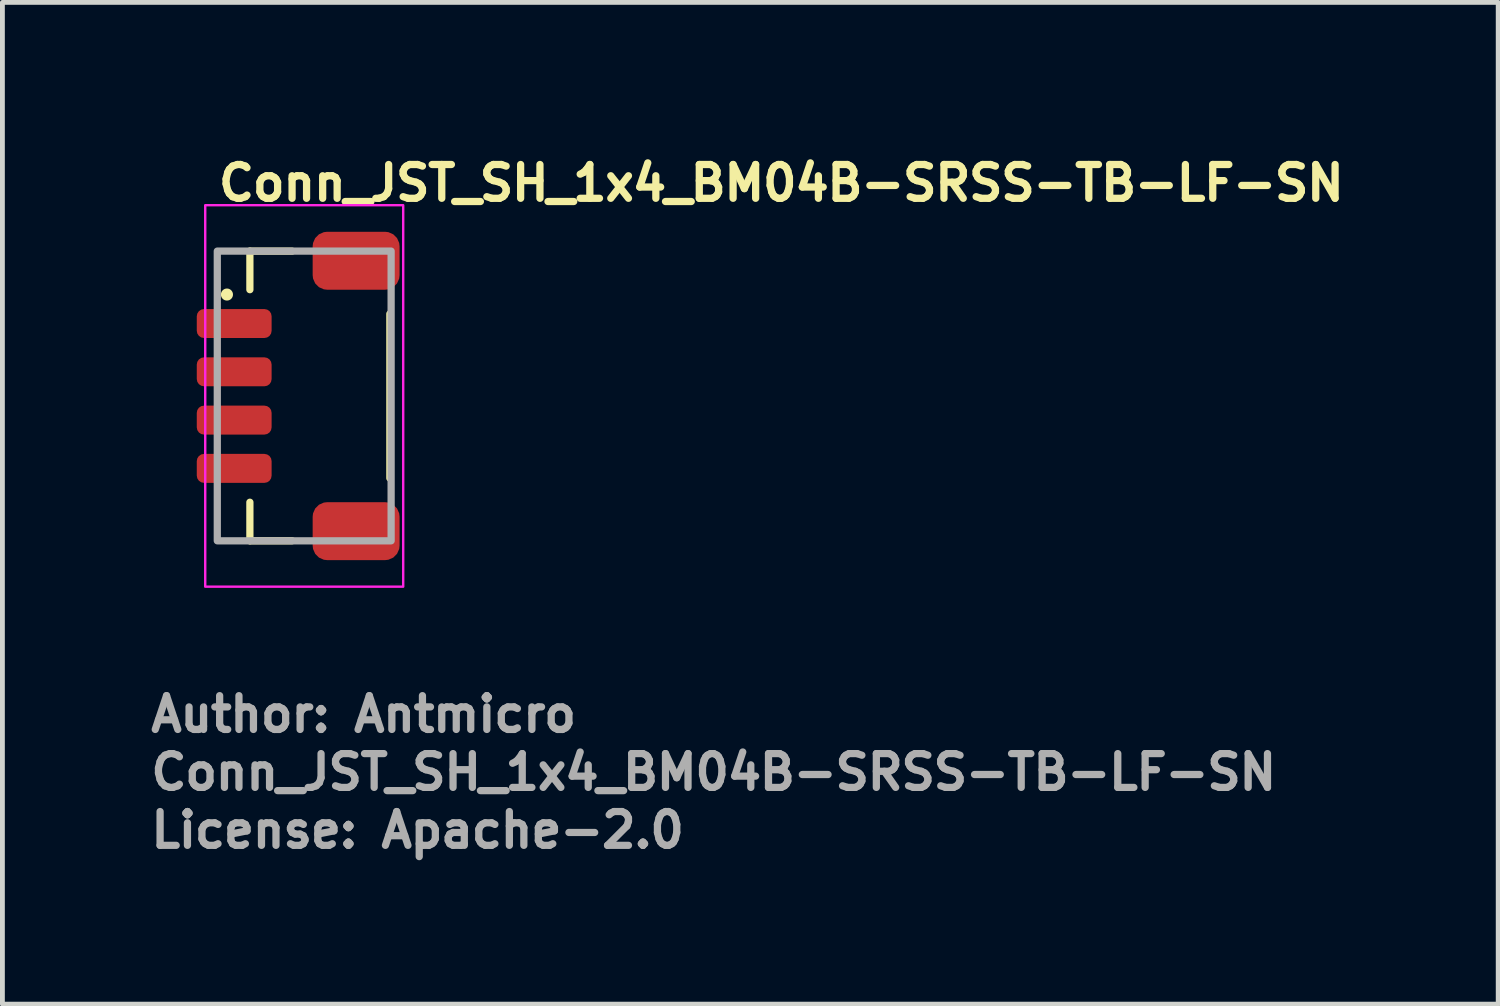
<source format=kicad_pcb>
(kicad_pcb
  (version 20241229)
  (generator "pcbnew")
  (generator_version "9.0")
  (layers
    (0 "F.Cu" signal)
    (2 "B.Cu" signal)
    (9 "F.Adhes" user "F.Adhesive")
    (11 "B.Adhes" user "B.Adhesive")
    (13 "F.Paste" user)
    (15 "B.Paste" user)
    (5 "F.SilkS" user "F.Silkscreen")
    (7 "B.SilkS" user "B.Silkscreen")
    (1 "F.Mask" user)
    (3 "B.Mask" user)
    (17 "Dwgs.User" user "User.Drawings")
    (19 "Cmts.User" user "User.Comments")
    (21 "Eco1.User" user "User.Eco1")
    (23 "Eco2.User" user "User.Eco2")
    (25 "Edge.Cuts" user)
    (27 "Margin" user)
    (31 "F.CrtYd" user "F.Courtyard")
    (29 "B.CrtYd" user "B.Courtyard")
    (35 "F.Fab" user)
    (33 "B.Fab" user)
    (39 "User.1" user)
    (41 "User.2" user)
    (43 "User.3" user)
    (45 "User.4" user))
  (footprint "Conn_JST_SH_1x4_BM04B-SRSS-TB-LF-SN"
    (layer "F.Cu")
    (at 3.25 5.15)
    (property "Reference" "Conn_JST_SH_1x4_BM04B-SRSS-TB-LF-SN" (at -1.85 -4 0) (layer "F.SilkS") (effects (font (size 0.7 0.7) (thickness 0.15)) (justify left bottom)))
    (attr smd)
    (fp_line (start -1.125 -2.999) (end -1.125 -2.201) (stroke (width 0.15) (type solid)) (layer "F.SilkS"))
    (fp_line (start -1.125 2.999) (end -1.125 2.201) (stroke (width 0.15) (type solid)) (layer "F.SilkS"))
    (fp_line (start -0.251 -2.999) (end -1.125 -2.999) (stroke (width 0.15) (type solid)) (layer "F.SilkS"))
    (fp_line (start -0.251 2.999) (end -1.125 2.999) (stroke (width 0.15) (type solid)) (layer "F.SilkS"))
    (fp_line (start 1.774 -1.7) (end 1.774 1.702) (stroke (width 0.15) (type solid)) (layer "F.SilkS"))
    (fp_circle (center -1.6 -2.1) (end -1.55 -2.1) (stroke (width 0.15) (type solid)) (fill yes) (layer "F.SilkS"))
    (fp_rect (start -2.05 -3.95) (end 2.05 3.95) (stroke (width 0.05) (type solid)) (fill no) (layer "F.CrtYd"))
    (fp_rect (start -1.8 -3) (end 1.8 3) (stroke (width 0.15) (type solid)) (fill no) (layer "F.Fab"))
    (fp_rect (start -1.8 -3) (end 1.8 3) (stroke (width 0.1) (type solid)) (fill no) (layer "User.5"))
    (fp_line (start -1.8 -1.425) (end -1.8 -1.575) (stroke (width 0.02) (type solid)) (layer "User.9"))
    (fp_line (start -1.8 -1.425) (end -1.8 -1.575) (stroke (width 0.02) (type solid)) (layer "User.9"))
    (fp_line (start -1.8 -0.425) (end -1.8 -0.575) (stroke (width 0.02) (type solid)) (layer "User.9"))
    (fp_line (start -1.8 -0.425) (end -1.8 -0.575) (stroke (width 0.02) (type solid)) (layer "User.9"))
    (fp_line (start -1.8 0.575) (end -1.8 0.425) (stroke (width 0.02) (type solid)) (layer "User.9"))
    (fp_line (start -1.8 0.575) (end -1.8 0.425) (stroke (width 0.02) (type solid)) (layer "User.9"))
    (fp_line (start -1.8 1.575) (end -1.8 1.425) (stroke (width 0.02) (type solid)) (layer "User.9"))
    (fp_line (start -1.8 1.575) (end -1.8 1.425) (stroke (width 0.02) (type solid)) (layer "User.9"))
    (fp_line (start -1.799 -1.575) (end -1.8 -1.575) (stroke (width 0.02) (type solid)) (layer "User.9"))
    (fp_line (start -1.799 -1.425) (end -1.8 -1.425) (stroke (width 0.02) (type solid)) (layer "User.9"))
    (fp_line (start -1.799 -0.575) (end -1.8 -0.575) (stroke (width 0.02) (type solid)) (layer "User.9"))
    (fp_line (start -1.799 -0.425) (end -1.8 -0.425) (stroke (width 0.02) (type solid)) (layer "User.9"))
    (fp_line (start -1.799 0.425) (end -1.8 0.425) (stroke (width 0.02) (type solid)) (layer "User.9"))
    (fp_line (start -1.799 0.575) (end -1.8 0.575) (stroke (width 0.02) (type solid)) (layer "User.9"))
    (fp_line (start -1.799 1.425) (end -1.8 1.425) (stroke (width 0.02) (type solid)) (layer "User.9"))
    (fp_line (start -1.799 1.575) (end -1.8 1.575) (stroke (width 0.02) (type solid)) (layer "User.9"))
    (fp_line (start -1.798 -1.575) (end -1.799 -1.575) (stroke (width 0.02) (type solid)) (layer "User.9"))
    (fp_line (start -1.798 -1.425) (end -1.799 -1.425) (stroke (width 0.02) (type solid)) (layer "User.9"))
    (fp_line (start -1.798 -0.575) (end -1.799 -0.575) (stroke (width 0.02) (type solid)) (layer "User.9"))
    (fp_line (start -1.798 -0.425) (end -1.799 -0.425) (stroke (width 0.02) (type solid)) (layer "User.9"))
    (fp_line (start -1.798 0.425) (end -1.799 0.425) (stroke (width 0.02) (type solid)) (layer "User.9"))
    (fp_line (start -1.798 0.575) (end -1.799 0.575) (stroke (width 0.02) (type solid)) (layer "User.9"))
    (fp_line (start -1.798 1.425) (end -1.799 1.425) (stroke (width 0.02) (type solid)) (layer "User.9"))
    (fp_line (start -1.798 1.575) (end -1.799 1.575) (stroke (width 0.02) (type solid)) (layer "User.9"))
    (fp_line (start -1.795 -1.575) (end -1.798 -1.575) (stroke (width 0.02) (type solid)) (layer "User.9"))
    (fp_line (start -1.795 -1.425) (end -1.798 -1.425) (stroke (width 0.02) (type solid)) (layer "User.9"))
    (fp_line (start -1.795 -0.575) (end -1.798 -0.575) (stroke (width 0.02) (type solid)) (layer "User.9"))
    (fp_line (start -1.795 -0.425) (end -1.798 -0.425) (stroke (width 0.02) (type solid)) (layer "User.9"))
    (fp_line (start -1.795 0.425) (end -1.798 0.425) (stroke (width 0.02) (type solid)) (layer "User.9"))
    (fp_line (start -1.795 0.575) (end -1.798 0.575) (stroke (width 0.02) (type solid)) (layer "User.9"))
    (fp_line (start -1.795 1.425) (end -1.798 1.425) (stroke (width 0.02) (type solid)) (layer "User.9"))
    (fp_line (start -1.795 1.575) (end -1.798 1.575) (stroke (width 0.02) (type solid)) (layer "User.9"))
    (fp_line (start -1.791 -1.575) (end -1.795 -1.575) (stroke (width 0.02) (type solid)) (layer "User.9"))
    (fp_line (start -1.791 -1.425) (end -1.795 -1.425) (stroke (width 0.02) (type solid)) (layer "User.9"))
    (fp_line (start -1.791 -0.575) (end -1.795 -0.575) (stroke (width 0.02) (type solid)) (layer "User.9"))
    (fp_line (start -1.791 -0.425) (end -1.795 -0.425) (stroke (width 0.02) (type solid)) (layer "User.9"))
    (fp_line (start -1.791 0.425) (end -1.795 0.425) (stroke (width 0.02) (type solid)) (layer "User.9"))
    (fp_line (start -1.791 0.575) (end -1.795 0.575) (stroke (width 0.02) (type solid)) (layer "User.9"))
    (fp_line (start -1.791 1.425) (end -1.795 1.425) (stroke (width 0.02) (type solid)) (layer "User.9"))
    (fp_line (start -1.791 1.575) (end -1.795 1.575) (stroke (width 0.02) (type solid)) (layer "User.9"))
    (fp_line (start -1.786 -1.575) (end -1.791 -1.575) (stroke (width 0.02) (type solid)) (layer "User.9"))
    (fp_line (start -1.786 -1.425) (end -1.791 -1.425) (stroke (width 0.02) (type solid)) (layer "User.9"))
    (fp_line (start -1.786 -0.575) (end -1.791 -0.575) (stroke (width 0.02) (type solid)) (layer "User.9"))
    (fp_line (start -1.786 -0.425) (end -1.791 -0.425) (stroke (width 0.02) (type solid)) (layer "User.9"))
    (fp_line (start -1.786 0.425) (end -1.791 0.425) (stroke (width 0.02) (type solid)) (layer "User.9"))
    (fp_line (start -1.786 0.575) (end -1.791 0.575) (stroke (width 0.02) (type solid)) (layer "User.9"))
    (fp_line (start -1.786 1.425) (end -1.791 1.425) (stroke (width 0.02) (type solid)) (layer "User.9"))
    (fp_line (start -1.786 1.575) (end -1.791 1.575) (stroke (width 0.02) (type solid)) (layer "User.9"))
    (fp_line (start -1.78 -1.575) (end -1.786 -1.575) (stroke (width 0.02) (type solid)) (layer "User.9"))
    (fp_line (start -1.78 -1.425) (end -1.786 -1.425) (stroke (width 0.02) (type solid)) (layer "User.9"))
    (fp_line (start -1.78 -0.575) (end -1.786 -0.575) (stroke (width 0.02) (type solid)) (layer "User.9"))
    (fp_line (start -1.78 -0.425) (end -1.786 -0.425) (stroke (width 0.02) (type solid)) (layer "User.9"))
    (fp_line (start -1.78 0.425) (end -1.786 0.425) (stroke (width 0.02) (type solid)) (layer "User.9"))
    (fp_line (start -1.78 0.575) (end -1.786 0.575) (stroke (width 0.02) (type solid)) (layer "User.9"))
    (fp_line (start -1.78 1.425) (end -1.786 1.425) (stroke (width 0.02) (type solid)) (layer "User.9"))
    (fp_line (start -1.78 1.575) (end -1.786 1.575) (stroke (width 0.02) (type solid)) (layer "User.9"))
    (fp_line (start -1.774 -1.575) (end -1.78 -1.575) (stroke (width 0.02) (type solid)) (layer "User.9"))
    (fp_line (start -1.774 -1.425) (end -1.78 -1.425) (stroke (width 0.02) (type solid)) (layer "User.9"))
    (fp_line (start -1.774 -0.575) (end -1.78 -0.575) (stroke (width 0.02) (type solid)) (layer "User.9"))
    (fp_line (start -1.774 -0.425) (end -1.78 -0.425) (stroke (width 0.02) (type solid)) (layer "User.9"))
    (fp_line (start -1.774 0.425) (end -1.78 0.425) (stroke (width 0.02) (type solid)) (layer "User.9"))
    (fp_line (start -1.774 0.575) (end -1.78 0.575) (stroke (width 0.02) (type solid)) (layer "User.9"))
    (fp_line (start -1.774 1.425) (end -1.78 1.425) (stroke (width 0.02) (type solid)) (layer "User.9"))
    (fp_line (start -1.774 1.575) (end -1.78 1.575) (stroke (width 0.02) (type solid)) (layer "User.9"))
    (fp_line (start -1.766 -1.575) (end -1.774 -1.575) (stroke (width 0.02) (type solid)) (layer "User.9"))
    (fp_line (start -1.766 -1.425) (end -1.774 -1.425) (stroke (width 0.02) (type solid)) (layer "User.9"))
    (fp_line (start -1.766 -0.575) (end -1.774 -0.575) (stroke (width 0.02) (type solid)) (layer "User.9"))
    (fp_line (start -1.766 -0.425) (end -1.774 -0.425) (stroke (width 0.02) (type solid)) (layer "User.9"))
    (fp_line (start -1.766 0.425) (end -1.774 0.425) (stroke (width 0.02) (type solid)) (layer "User.9"))
    (fp_line (start -1.766 0.575) (end -1.774 0.575) (stroke (width 0.02) (type solid)) (layer "User.9"))
    (fp_line (start -1.766 1.425) (end -1.774 1.425) (stroke (width 0.02) (type solid)) (layer "User.9"))
    (fp_line (start -1.766 1.575) (end -1.774 1.575) (stroke (width 0.02) (type solid)) (layer "User.9"))
    (fp_line (start -1.758 -1.575) (end -1.766 -1.575) (stroke (width 0.02) (type solid)) (layer "User.9"))
    (fp_line (start -1.758 -1.425) (end -1.766 -1.425) (stroke (width 0.02) (type solid)) (layer "User.9"))
    (fp_line (start -1.758 -0.575) (end -1.766 -0.575) (stroke (width 0.02) (type solid)) (layer "User.9"))
    (fp_line (start -1.758 -0.425) (end -1.766 -0.425) (stroke (width 0.02) (type solid)) (layer "User.9"))
    (fp_line (start -1.758 0.425) (end -1.766 0.425) (stroke (width 0.02) (type solid)) (layer "User.9"))
    (fp_line (start -1.758 0.575) (end -1.766 0.575) (stroke (width 0.02) (type solid)) (layer "User.9"))
    (fp_line (start -1.758 1.425) (end -1.766 1.425) (stroke (width 0.02) (type solid)) (layer "User.9"))
    (fp_line (start -1.758 1.575) (end -1.766 1.575) (stroke (width 0.02) (type solid)) (layer "User.9"))
    (fp_line (start -1.749 -1.575) (end -1.758 -1.575) (stroke (width 0.02) (type solid)) (layer "User.9"))
    (fp_line (start -1.749 -1.425) (end -1.758 -1.425) (stroke (width 0.02) (type solid)) (layer "User.9"))
    (fp_line (start -1.749 -0.575) (end -1.758 -0.575) (stroke (width 0.02) (type solid)) (layer "User.9"))
    (fp_line (start -1.749 -0.425) (end -1.758 -0.425) (stroke (width 0.02) (type solid)) (layer "User.9"))
    (fp_line (start -1.749 0.425) (end -1.758 0.425) (stroke (width 0.02) (type solid)) (layer "User.9"))
    (fp_line (start -1.749 0.575) (end -1.758 0.575) (stroke (width 0.02) (type solid)) (layer "User.9"))
    (fp_line (start -1.749 1.425) (end -1.758 1.425) (stroke (width 0.02) (type solid)) (layer "User.9"))
    (fp_line (start -1.749 1.575) (end -1.758 1.575) (stroke (width 0.02) (type solid)) (layer "User.9"))
    (fp_line (start -1.74 -1.575) (end -1.749 -1.575) (stroke (width 0.02) (type solid)) (layer "User.9"))
    (fp_line (start -1.74 -1.425) (end -1.749 -1.425) (stroke (width 0.02) (type solid)) (layer "User.9"))
    (fp_line (start -1.74 -0.575) (end -1.749 -0.575) (stroke (width 0.02) (type solid)) (layer "User.9"))
    (fp_line (start -1.74 -0.425) (end -1.749 -0.425) (stroke (width 0.02) (type solid)) (layer "User.9"))
    (fp_line (start -1.74 0.425) (end -1.749 0.425) (stroke (width 0.02) (type solid)) (layer "User.9"))
    (fp_line (start -1.74 0.575) (end -1.749 0.575) (stroke (width 0.02) (type solid)) (layer "User.9"))
    (fp_line (start -1.74 1.425) (end -1.749 1.425) (stroke (width 0.02) (type solid)) (layer "User.9"))
    (fp_line (start -1.74 1.575) (end -1.749 1.575) (stroke (width 0.02) (type solid)) (layer "User.9"))
    (fp_line (start -1.73 -1.575) (end -1.74 -1.575) (stroke (width 0.02) (type solid)) (layer "User.9"))
    (fp_line (start -1.73 -1.425) (end -1.74 -1.425) (stroke (width 0.02) (type solid)) (layer "User.9"))
    (fp_line (start -1.73 -0.575) (end -1.74 -0.575) (stroke (width 0.02) (type solid)) (layer "User.9"))
    (fp_line (start -1.73 -0.425) (end -1.74 -0.425) (stroke (width 0.02) (type solid)) (layer "User.9"))
    (fp_line (start -1.73 0.425) (end -1.74 0.425) (stroke (width 0.02) (type solid)) (layer "User.9"))
    (fp_line (start -1.73 0.575) (end -1.74 0.575) (stroke (width 0.02) (type solid)) (layer "User.9"))
    (fp_line (start -1.73 1.425) (end -1.74 1.425) (stroke (width 0.02) (type solid)) (layer "User.9"))
    (fp_line (start -1.73 1.575) (end -1.74 1.575) (stroke (width 0.02) (type solid)) (layer "User.9"))
    (fp_line (start -1.72 -1.575) (end -1.73 -1.575) (stroke (width 0.02) (type solid)) (layer "User.9"))
    (fp_line (start -1.72 -1.425) (end -1.73 -1.425) (stroke (width 0.02) (type solid)) (layer "User.9"))
    (fp_line (start -1.72 -0.575) (end -1.73 -0.575) (stroke (width 0.02) (type solid)) (layer "User.9"))
    (fp_line (start -1.72 -0.425) (end -1.73 -0.425) (stroke (width 0.02) (type solid)) (layer "User.9"))
    (fp_line (start -1.72 0.425) (end -1.73 0.425) (stroke (width 0.02) (type solid)) (layer "User.9"))
    (fp_line (start -1.72 0.575) (end -1.73 0.575) (stroke (width 0.02) (type solid)) (layer "User.9"))
    (fp_line (start -1.72 1.425) (end -1.73 1.425) (stroke (width 0.02) (type solid)) (layer "User.9"))
    (fp_line (start -1.72 1.575) (end -1.73 1.575) (stroke (width 0.02) (type solid)) (layer "User.9"))
    (fp_line (start -1.71 -1.575) (end -1.72 -1.575) (stroke (width 0.02) (type solid)) (layer "User.9"))
    (fp_line (start -1.71 -1.425) (end -1.72 -1.425) (stroke (width 0.02) (type solid)) (layer "User.9"))
    (fp_line (start -1.71 -1.425) (end -1.71 -1.575) (stroke (width 0.02) (type solid)) (layer "User.9"))
    (fp_line (start -1.71 -0.575) (end -1.72 -0.575) (stroke (width 0.02) (type solid)) (layer "User.9"))
    (fp_line (start -1.71 -0.425) (end -1.72 -0.425) (stroke (width 0.02) (type solid)) (layer "User.9"))
    (fp_line (start -1.71 -0.425) (end -1.71 -0.575) (stroke (width 0.02) (type solid)) (layer "User.9"))
    (fp_line (start -1.71 0.425) (end -1.72 0.425) (stroke (width 0.02) (type solid)) (layer "User.9"))
    (fp_line (start -1.71 0.575) (end -1.72 0.575) (stroke (width 0.02) (type solid)) (layer "User.9"))
    (fp_line (start -1.71 0.575) (end -1.71 0.425) (stroke (width 0.02) (type solid)) (layer "User.9"))
    (fp_line (start -1.71 1.425) (end -1.72 1.425) (stroke (width 0.02) (type solid)) (layer "User.9"))
    (fp_line (start -1.71 1.575) (end -1.72 1.575) (stroke (width 0.02) (type solid)) (layer "User.9"))
    (fp_line (start -1.71 1.575) (end -1.71 1.425) (stroke (width 0.02) (type solid)) (layer "User.9"))
    (fp_line (start -1.293 -1.575) (end -1.71 -1.575) (stroke (width 0.02) (type solid)) (layer "User.9"))
    (fp_line (start -1.293 -1.425) (end -1.71 -1.425) (stroke (width 0.02) (type solid)) (layer "User.9"))
    (fp_line (start -1.293 -1.425) (end -1.293 -1.575) (stroke (width 0.02) (type solid)) (layer "User.9"))
    (fp_line (start -1.293 -0.575) (end -1.71 -0.575) (stroke (width 0.02) (type solid)) (layer "User.9"))
    (fp_line (start -1.293 -0.425) (end -1.71 -0.425) (stroke (width 0.02) (type solid)) (layer "User.9"))
    (fp_line (start -1.293 -0.425) (end -1.293 -0.575) (stroke (width 0.02) (type solid)) (layer "User.9"))
    (fp_line (start -1.293 0.425) (end -1.71 0.425) (stroke (width 0.02) (type solid)) (layer "User.9"))
    (fp_line (start -1.293 0.575) (end -1.71 0.575) (stroke (width 0.02) (type solid)) (layer "User.9"))
    (fp_line (start -1.293 0.575) (end -1.293 0.425) (stroke (width 0.02) (type solid)) (layer "User.9"))
    (fp_line (start -1.293 1.425) (end -1.71 1.425) (stroke (width 0.02) (type solid)) (layer "User.9"))
    (fp_line (start -1.293 1.575) (end -1.71 1.575) (stroke (width 0.02) (type solid)) (layer "User.9"))
    (fp_line (start -1.293 1.575) (end -1.293 1.425) (stroke (width 0.02) (type solid)) (layer "User.9"))
    (fp_line (start -1.1 -1.575) (end -1.293 -1.575) (stroke (width 0.02) (type solid)) (layer "User.9"))
    (fp_line (start -1.1 -1.425) (end -1.293 -1.425) (stroke (width 0.02) (type solid)) (layer "User.9"))
    (fp_line (start -1.1 -0.575) (end -1.293 -0.575) (stroke (width 0.02) (type solid)) (layer "User.9"))
    (fp_line (start -1.1 -0.425) (end -1.293 -0.425) (stroke (width 0.02) (type solid)) (layer "User.9"))
    (fp_line (start -1.1 0.425) (end -1.293 0.425) (stroke (width 0.02) (type solid)) (layer "User.9"))
    (fp_line (start -1.1 0.575) (end -1.293 0.575) (stroke (width 0.02) (type solid)) (layer "User.9"))
    (fp_line (start -1.1 1.425) (end -1.293 1.425) (stroke (width 0.02) (type solid)) (layer "User.9"))
    (fp_line (start -1.1 1.575) (end -1.293 1.575) (stroke (width 0.02) (type solid)) (layer "User.9"))
    (fp_line (start -1.1 2.2) (end -1.1 -2.2) (stroke (width 0.02) (type solid)) (layer "User.9"))
    (fp_line (start -0.98 -3) (end -0.6 -3) (stroke (width 0.02) (type solid)) (layer "User.9"))
    (fp_line (start -0.98 -2.5) (end -0.98 -3) (stroke (width 0.02) (type solid)) (layer "User.9"))
    (fp_line (start -0.98 -2.2) (end -1.1 -2.2) (stroke (width 0.02) (type solid)) (layer "User.9"))
    (fp_line (start -0.98 -2.2) (end -0.98 -2.5) (stroke (width 0.02) (type solid)) (layer "User.9"))
    (fp_line (start -0.98 2.2) (end -1.1 2.2) (stroke (width 0.02) (type solid)) (layer "User.9"))
    (fp_line (start -0.98 2.2) (end -0.98 2.5) (stroke (width 0.02) (type solid)) (layer "User.9"))
    (fp_line (start -0.98 2.5) (end -0.98 3) (stroke (width 0.02) (type solid)) (layer "User.9"))
    (fp_line (start -0.98 3) (end -0.6 3) (stroke (width 0.02) (type solid)) (layer "User.9"))
    (fp_line (start -0.855 -2.75) (end -0.855 -2.5) (stroke (width 0.02) (type solid)) (layer "User.9"))
    (fp_line (start -0.855 2.5) (end -0.855 2.75) (stroke (width 0.02) (type solid)) (layer "User.9"))
    (fp_line (start -0.855 2.75) (end -0.6 2.75) (stroke (width 0.02) (type solid)) (layer "User.9"))
    (fp_line (start -0.83 -2.35) (end 0.35 -2.35) (stroke (width 0.02) (type solid)) (layer "User.9"))
    (fp_line (start -0.83 2.35) (end -0.83 -2.35) (stroke (width 0.02) (type solid)) (layer "User.9"))
    (fp_line (start -0.73 -2.25) (end -0.83 -2.35) (stroke (width 0.02) (type solid)) (layer "User.9"))
    (fp_line (start -0.73 -2.25) (end -0.73 2.25) (stroke (width 0.02) (type solid)) (layer "User.9"))
    (fp_line (start -0.73 2.25) (end -0.83 2.35) (stroke (width 0.02) (type solid)) (layer "User.9"))
    (fp_line (start -0.73 2.25) (end 0.45 2.25) (stroke (width 0.02) (type solid)) (layer "User.9"))
    (fp_line (start -0.6 -3) (end -0.5 -3) (stroke (width 0.02) (type solid)) (layer "User.9"))
    (fp_line (start -0.6 -2.75) (end -0.855 -2.75) (stroke (width 0.02) (type solid)) (layer "User.9"))
    (fp_line (start -0.6 -2.5) (end -0.6 -3) (stroke (width 0.02) (type solid)) (layer "User.9"))
    (fp_line (start -0.6 2.5) (end -0.6 3) (stroke (width 0.02) (type solid)) (layer "User.9"))
    (fp_line (start -0.6 3) (end -0.5 3) (stroke (width 0.02) (type solid)) (layer "User.9"))
    (fp_line (start -0.5 -3) (end 0.1 -3) (stroke (width 0.02) (type solid)) (layer "User.9"))
    (fp_line (start -0.5 -2.5) (end -0.5 -3) (stroke (width 0.02) (type solid)) (layer "User.9"))
    (fp_line (start -0.5 2.5) (end -0.5 3) (stroke (width 0.02) (type solid)) (layer "User.9"))
    (fp_line (start -0.5 3) (end 0.1 3) (stroke (width 0.02) (type solid)) (layer "User.9"))
    (fp_line (start -0.33 -1.575) (end -0.33 -1.425) (stroke (width 0.02) (type solid)) (layer "User.9"))
    (fp_line (start -0.33 -1.575) (end -0.33 -1.425) (stroke (width 0.02) (type solid)) (layer "User.9"))
    (fp_line (start -0.33 -0.575) (end -0.33 -0.425) (stroke (width 0.02) (type solid)) (layer "User.9"))
    (fp_line (start -0.33 -0.575) (end -0.33 -0.425) (stroke (width 0.02) (type solid)) (layer "User.9"))
    (fp_line (start -0.33 0.425) (end -0.33 0.575) (stroke (width 0.02) (type solid)) (layer "User.9"))
    (fp_line (start -0.33 0.425) (end -0.33 0.575) (stroke (width 0.02) (type solid)) (layer "User.9"))
    (fp_line (start -0.33 1.425) (end -0.33 1.575) (stroke (width 0.02) (type solid)) (layer "User.9"))
    (fp_line (start -0.33 1.425) (end -0.33 1.575) (stroke (width 0.02) (type solid)) (layer "User.9"))
    (fp_line (start -0.2 -2.75) (end -0.2 -2.5) (stroke (width 0.02) (type solid)) (layer "User.9"))
    (fp_line (start -0.2 2.5) (end -0.2 2.75) (stroke (width 0.02) (type solid)) (layer "User.9"))
    (fp_line (start -0.2 2.75) (end 0.1 2.75) (stroke (width 0.02) (type solid)) (layer "User.9"))
    (fp_line (start -0.03 -1.575) (end -0.33 -1.575) (stroke (width 0.02) (type solid)) (layer "User.9"))
    (fp_line (start -0.03 -1.575) (end -0.33 -1.575) (stroke (width 0.02) (type solid)) (layer "User.9"))
    (fp_line (start -0.03 -1.575) (end -0.03 -1.425) (stroke (width 0.02) (type solid)) (layer "User.9"))
    (fp_line (start -0.03 -1.575) (end -0.03 -1.425) (stroke (width 0.02) (type solid)) (layer "User.9"))
    (fp_line (start -0.03 -1.425) (end -0.33 -1.425) (stroke (width 0.02) (type solid)) (layer "User.9"))
    (fp_line (start -0.03 -1.425) (end -0.33 -1.425) (stroke (width 0.02) (type solid)) (layer "User.9"))
    (fp_line (start -0.03 -0.575) (end -0.33 -0.575) (stroke (width 0.02) (type solid)) (layer "User.9"))
    (fp_line (start -0.03 -0.575) (end -0.33 -0.575) (stroke (width 0.02) (type solid)) (layer "User.9"))
    (fp_line (start -0.03 -0.575) (end -0.03 -0.425) (stroke (width 0.02) (type solid)) (layer "User.9"))
    (fp_line (start -0.03 -0.575) (end -0.03 -0.425) (stroke (width 0.02) (type solid)) (layer "User.9"))
    (fp_line (start -0.03 -0.425) (end -0.33 -0.425) (stroke (width 0.02) (type solid)) (layer "User.9"))
    (fp_line (start -0.03 -0.425) (end -0.33 -0.425) (stroke (width 0.02) (type solid)) (layer "User.9"))
    (fp_line (start -0.03 0.425) (end -0.33 0.425) (stroke (width 0.02) (type solid)) (layer "User.9"))
    (fp_line (start -0.03 0.425) (end -0.33 0.425) (stroke (width 0.02) (type solid)) (layer "User.9"))
    (fp_line (start -0.03 0.425) (end -0.03 0.575) (stroke (width 0.02) (type solid)) (layer "User.9"))
    (fp_line (start -0.03 0.425) (end -0.03 0.575) (stroke (width 0.02) (type solid)) (layer "User.9"))
    (fp_line (start -0.03 0.575) (end -0.33 0.575) (stroke (width 0.02) (type solid)) (layer "User.9"))
    (fp_line (start -0.03 0.575) (end -0.33 0.575) (stroke (width 0.02) (type solid)) (layer "User.9"))
    (fp_line (start -0.03 1.425) (end -0.33 1.425) (stroke (width 0.02) (type solid)) (layer "User.9"))
    (fp_line (start -0.03 1.425) (end -0.33 1.425) (stroke (width 0.02) (type solid)) (layer "User.9"))
    (fp_line (start -0.03 1.425) (end -0.03 1.575) (stroke (width 0.02) (type solid)) (layer "User.9"))
    (fp_line (start -0.03 1.425) (end -0.03 1.575) (stroke (width 0.02) (type solid)) (layer "User.9"))
    (fp_line (start -0.03 1.575) (end -0.33 1.575) (stroke (width 0.02) (type solid)) (layer "User.9"))
    (fp_line (start -0.03 1.575) (end -0.33 1.575) (stroke (width 0.02) (type solid)) (layer "User.9"))
    (fp_line (start 0.1 -3) (end 0.2 -3) (stroke (width 0.02) (type solid)) (layer "User.9"))
    (fp_line (start 0.1 -2.75) (end -0.2 -2.75) (stroke (width 0.02) (type solid)) (layer "User.9"))
    (fp_line (start 0.1 -2.5) (end 0.1 -3) (stroke (width 0.02) (type solid)) (layer "User.9"))
    (fp_line (start 0.1 2.5) (end 0.1 3) (stroke (width 0.02) (type solid)) (layer "User.9"))
    (fp_line (start 0.1 3) (end 0.2 3) (stroke (width 0.02) (type solid)) (layer "User.9"))
    (fp_line (start 0.2 -2.5) (end -0.98 -2.5) (stroke (width 0.02) (type solid)) (layer "User.9"))
    (fp_line (start 0.2 -2.5) (end 0.2 -3) (stroke (width 0.02) (type solid)) (layer "User.9"))
    (fp_line (start 0.2 2.5) (end -0.98 2.5) (stroke (width 0.02) (type solid)) (layer "User.9"))
    (fp_line (start 0.2 2.5) (end 0.2 3) (stroke (width 0.02) (type solid)) (layer "User.9"))
    (fp_line (start 0.35 -2.7) (end 0.45 -2.6) (stroke (width 0.02) (type solid)) (layer "User.9"))
    (fp_line (start 0.35 -2.7) (end 1.15 -2.7) (stroke (width 0.02) (type solid)) (layer "User.9"))
    (fp_line (start 0.35 -2.35) (end 0.35 -2.7) (stroke (width 0.02) (type solid)) (layer "User.9"))
    (fp_line (start 0.35 -2.35) (end 0.45 -2.25) (stroke (width 0.02) (type solid)) (layer "User.9"))
    (fp_line (start 0.35 2.35) (end -0.83 2.35) (stroke (width 0.02) (type solid)) (layer "User.9"))
    (fp_line (start 0.35 2.7) (end 0.35 2.35) (stroke (width 0.02) (type solid)) (layer "User.9"))
    (fp_line (start 0.45 -2.6) (end 0.45 -2.25) (stroke (width 0.02) (type solid)) (layer "User.9"))
    (fp_line (start 0.45 -2.25) (end -0.73 -2.25) (stroke (width 0.02) (type solid)) (layer "User.9"))
    (fp_line (start 0.45 -2.25) (end 1.05 -2.25) (stroke (width 0.02) (type solid)) (layer "User.9"))
    (fp_line (start 0.45 2.25) (end 0.35 2.35) (stroke (width 0.02) (type solid)) (layer "User.9"))
    (fp_line (start 0.45 2.25) (end 0.45 2.6) (stroke (width 0.02) (type solid)) (layer "User.9"))
    (fp_line (start 0.45 2.6) (end 0.35 2.7) (stroke (width 0.02) (type solid)) (layer "User.9"))
    (fp_line (start 0.45 2.6) (end 1.05 2.6) (stroke (width 0.02) (type solid)) (layer "User.9"))
    (fp_line (start 0.77 -1.575) (end 0.806 -1.539) (stroke (width 0.02) (type solid)) (layer "User.9"))
    (fp_line (start 0.77 -1.575) (end 1.07 -1.575) (stroke (width 0.02) (type solid)) (layer "User.9"))
    (fp_line (start 0.77 -1.425) (end 0.77 -1.575) (stroke (width 0.02) (type solid)) (layer "User.9"))
    (fp_line (start 0.77 -0.575) (end 0.806 -0.539) (stroke (width 0.02) (type solid)) (layer "User.9"))
    (fp_line (start 0.77 -0.575) (end 1.07 -0.575) (stroke (width 0.02) (type solid)) (layer "User.9"))
    (fp_line (start 0.77 -0.425) (end 0.77 -0.575) (stroke (width 0.02) (type solid)) (layer "User.9"))
    (fp_line (start 0.77 0.425) (end 0.806 0.461) (stroke (width 0.02) (type solid)) (layer "User.9"))
    (fp_line (start 0.77 0.425) (end 1.07 0.425) (stroke (width 0.02) (type solid)) (layer "User.9"))
    (fp_line (start 0.77 0.575) (end 0.77 0.425) (stroke (width 0.02) (type solid)) (layer "User.9"))
    (fp_line (start 0.77 1.425) (end 0.806 1.461) (stroke (width 0.02) (type solid)) (layer "User.9"))
    (fp_line (start 0.77 1.425) (end 1.07 1.425) (stroke (width 0.02) (type solid)) (layer "User.9"))
    (fp_line (start 0.77 1.575) (end 0.77 1.425) (stroke (width 0.02) (type solid)) (layer "User.9"))
    (fp_line (start 0.806 -1.539) (end 0.806 -1.461) (stroke (width 0.02) (type solid)) (layer "User.9"))
    (fp_line (start 0.806 -1.461) (end 0.77 -1.425) (stroke (width 0.02) (type solid)) (layer "User.9"))
    (fp_line (start 0.806 -1.461) (end 1.034 -1.461) (stroke (width 0.02) (type solid)) (layer "User.9"))
    (fp_line (start 0.806 -0.539) (end 0.806 -0.461) (stroke (width 0.02) (type solid)) (layer "User.9"))
    (fp_line (start 0.806 -0.461) (end 0.77 -0.425) (stroke (width 0.02) (type solid)) (layer "User.9"))
    (fp_line (start 0.806 -0.461) (end 1.034 -0.461) (stroke (width 0.02) (type solid)) (layer "User.9"))
    (fp_line (start 0.806 0.461) (end 0.806 0.539) (stroke (width 0.02) (type solid)) (layer "User.9"))
    (fp_line (start 0.806 0.539) (end 0.77 0.575) (stroke (width 0.02) (type solid)) (layer "User.9"))
    (fp_line (start 0.806 0.539) (end 1.034 0.539) (stroke (width 0.02) (type solid)) (layer "User.9"))
    (fp_line (start 0.806 1.461) (end 0.806 1.539) (stroke (width 0.02) (type solid)) (layer "User.9"))
    (fp_line (start 0.806 1.539) (end 0.77 1.575) (stroke (width 0.02) (type solid)) (layer "User.9"))
    (fp_line (start 0.806 1.539) (end 1.034 1.539) (stroke (width 0.02) (type solid)) (layer "User.9"))
    (fp_line (start 1.034 -1.539) (end 0.806 -1.539) (stroke (width 0.02) (type solid)) (layer "User.9"))
    (fp_line (start 1.034 -1.461) (end 1.034 -1.539) (stroke (width 0.02) (type solid)) (layer "User.9"))
    (fp_line (start 1.034 -1.461) (end 1.07 -1.425) (stroke (width 0.02) (type solid)) (layer "User.9"))
    (fp_line (start 1.034 -0.539) (end 0.806 -0.539) (stroke (width 0.02) (type solid)) (layer "User.9"))
    (fp_line (start 1.034 -0.461) (end 1.034 -0.539) (stroke (width 0.02) (type solid)) (layer "User.9"))
    (fp_line (start 1.034 -0.461) (end 1.07 -0.425) (stroke (width 0.02) (type solid)) (layer "User.9"))
    (fp_line (start 1.034 0.461) (end 0.806 0.461) (stroke (width 0.02) (type solid)) (layer "User.9"))
    (fp_line (start 1.034 0.539) (end 1.034 0.461) (stroke (width 0.02) (type solid)) (layer "User.9"))
    (fp_line (start 1.034 0.539) (end 1.07 0.575) (stroke (width 0.02) (type solid)) (layer "User.9"))
    (fp_line (start 1.034 1.461) (end 0.806 1.461) (stroke (width 0.02) (type solid)) (layer "User.9"))
    (fp_line (start 1.034 1.539) (end 1.034 1.461) (stroke (width 0.02) (type solid)) (layer "User.9"))
    (fp_line (start 1.034 1.539) (end 1.07 1.575) (stroke (width 0.02) (type solid)) (layer "User.9"))
    (fp_line (start 1.05 -2.6) (end 0.45 -2.6) (stroke (width 0.02) (type solid)) (layer "User.9"))
    (fp_line (start 1.05 -2.25) (end 1.05 -2.6) (stroke (width 0.02) (type solid)) (layer "User.9"))
    (fp_line (start 1.05 2.25) (end 0.45 2.25) (stroke (width 0.02) (type solid)) (layer "User.9"))
    (fp_line (start 1.05 2.25) (end 1.15 2.35) (stroke (width 0.02) (type solid)) (layer "User.9"))
    (fp_line (start 1.05 2.25) (end 1.55 2.25) (stroke (width 0.02) (type solid)) (layer "User.9"))
    (fp_line (start 1.05 2.6) (end 1.05 2.25) (stroke (width 0.02) (type solid)) (layer "User.9"))
    (fp_line (start 1.05 2.6) (end 1.15 2.7) (stroke (width 0.02) (type solid)) (layer "User.9"))
    (fp_line (start 1.07 -1.575) (end 1.034 -1.539) (stroke (width 0.02) (type solid)) (layer "User.9"))
    (fp_line (start 1.07 -1.575) (end 1.07 -1.425) (stroke (width 0.02) (type solid)) (layer "User.9"))
    (fp_line (start 1.07 -1.425) (end 0.77 -1.425) (stroke (width 0.02) (type solid)) (layer "User.9"))
    (fp_line (start 1.07 -0.575) (end 1.034 -0.539) (stroke (width 0.02) (type solid)) (layer "User.9"))
    (fp_line (start 1.07 -0.575) (end 1.07 -0.425) (stroke (width 0.02) (type solid)) (layer "User.9"))
    (fp_line (start 1.07 -0.425) (end 0.77 -0.425) (stroke (width 0.02) (type solid)) (layer "User.9"))
    (fp_line (start 1.07 0.425) (end 1.034 0.461) (stroke (width 0.02) (type solid)) (layer "User.9"))
    (fp_line (start 1.07 0.425) (end 1.07 0.575) (stroke (width 0.02) (type solid)) (layer "User.9"))
    (fp_line (start 1.07 0.575) (end 0.77 0.575) (stroke (width 0.02) (type solid)) (layer "User.9"))
    (fp_line (start 1.07 1.425) (end 1.034 1.461) (stroke (width 0.02) (type solid)) (layer "User.9"))
    (fp_line (start 1.07 1.425) (end 1.07 1.575) (stroke (width 0.02) (type solid)) (layer "User.9"))
    (fp_line (start 1.07 1.575) (end 0.77 1.575) (stroke (width 0.02) (type solid)) (layer "User.9"))
    (fp_line (start 1.15 -2.7) (end 1.05 -2.6) (stroke (width 0.02) (type solid)) (layer "User.9"))
    (fp_line (start 1.15 -2.7) (end 1.15 -2.35) (stroke (width 0.02) (type solid)) (layer "User.9"))
    (fp_line (start 1.15 -2.35) (end 1.05 -2.25) (stroke (width 0.02) (type solid)) (layer "User.9"))
    (fp_line (start 1.15 -2.35) (end 1.65 -2.35) (stroke (width 0.02) (type solid)) (layer "User.9"))
    (fp_line (start 1.15 2.35) (end 1.15 2.7) (stroke (width 0.02) (type solid)) (layer "User.9"))
    (fp_line (start 1.15 2.7) (end 0.35 2.7) (stroke (width 0.02) (type solid)) (layer "User.9"))
    (fp_line (start 1.55 -2.25) (end 1.05 -2.25) (stroke (width 0.02) (type solid)) (layer "User.9"))
    (fp_line (start 1.55 2.25) (end 1.55 -2.25) (stroke (width 0.02) (type solid)) (layer "User.9"))
    (fp_line (start 1.6 -3) (end 0.2 -3) (stroke (width 0.02) (type solid)) (layer "User.9"))
    (fp_line (start 1.6 -2.75) (end 1.6 -3) (stroke (width 0.02) (type solid)) (layer "User.9"))
    (fp_line (start 1.6 2.75) (end 1.6 3) (stroke (width 0.02) (type solid)) (layer "User.9"))
    (fp_line (start 1.6 3) (end 0.2 3) (stroke (width 0.02) (type solid)) (layer "User.9"))
    (fp_line (start 1.65 -2.35) (end 1.55 -2.25) (stroke (width 0.02) (type solid)) (layer "User.9"))
    (fp_line (start 1.65 -2.35) (end 1.65 2.35) (stroke (width 0.02) (type solid)) (layer "User.9"))
    (fp_line (start 1.65 2.35) (end 1.15 2.35) (stroke (width 0.02) (type solid)) (layer "User.9"))
    (fp_line (start 1.65 2.35) (end 1.55 2.25) (stroke (width 0.02) (type solid)) (layer "User.9"))
    (fp_line (start 1.8 -2.75) (end 1.6 -2.75) (stroke (width 0.02) (type solid)) (layer "User.9"))
    (fp_line (start 1.8 2.75) (end 1.6 2.75) (stroke (width 0.02) (type solid)) (layer "User.9"))
    (fp_line (start 1.8 2.75) (end 1.8 -2.75) (stroke (width 0.02) (type solid)) (layer "User.9"))
    (fp_text user "License: Apache-2.0" (at -3.25 9.4 0) (layer "F.Fab") (effects (font (size 0.7 0.7) (thickness 0.15)) (justify left bottom)))
    (fp_text user "Author: Antmicro" (at -3.25 7 0) (layer "F.Fab") (effects (font (size 0.7 0.7) (thickness 0.15)) (justify left bottom)))
    (fp_text user "${REFERENCE}" (at -3.25 8.2 0) (layer "F.Fab") (effects (font (size 0.7 0.7) (thickness 0.15)) (justify left bottom)))
    (pad "1" smd roundrect (at -1.45 -1.5 270) (size 0.6 1.55) (layers "F.Cu" "F.Mask" "F.Paste") (roundrect_rratio 0.25))
    (pad "2" smd roundrect (at -1.45 -0.5 270) (size 0.6 1.55) (layers "F.Cu" "F.Mask" "F.Paste") (roundrect_rratio 0.25))
    (pad "3" smd roundrect (at -1.45 0.5 270) (size 0.6 1.55) (layers "F.Cu" "F.Mask" "F.Paste") (roundrect_rratio 0.25))
    (pad "4" smd roundrect (at -1.45 1.5 270) (size 0.6 1.55) (layers "F.Cu" "F.Mask" "F.Paste") (roundrect_rratio 0.25))
    (pad "MP" smd roundrect (at 1.075 -2.8 270) (size 1.2 1.8) (layers "F.Cu" "F.Mask" "F.Paste") (roundrect_rratio 0.25))
    (pad "MP" smd roundrect (at 1.075 2.8 270) (size 1.2 1.8) (layers "F.Cu" "F.Mask" "F.Paste") (roundrect_rratio 0.25)))
  (gr_rect
    (start -3 -3)
    (end 27.977 17.745)
    (stroke (width 0.1) (type default))
    (fill no)
    (layer "Edge.Cuts")))
</source>
